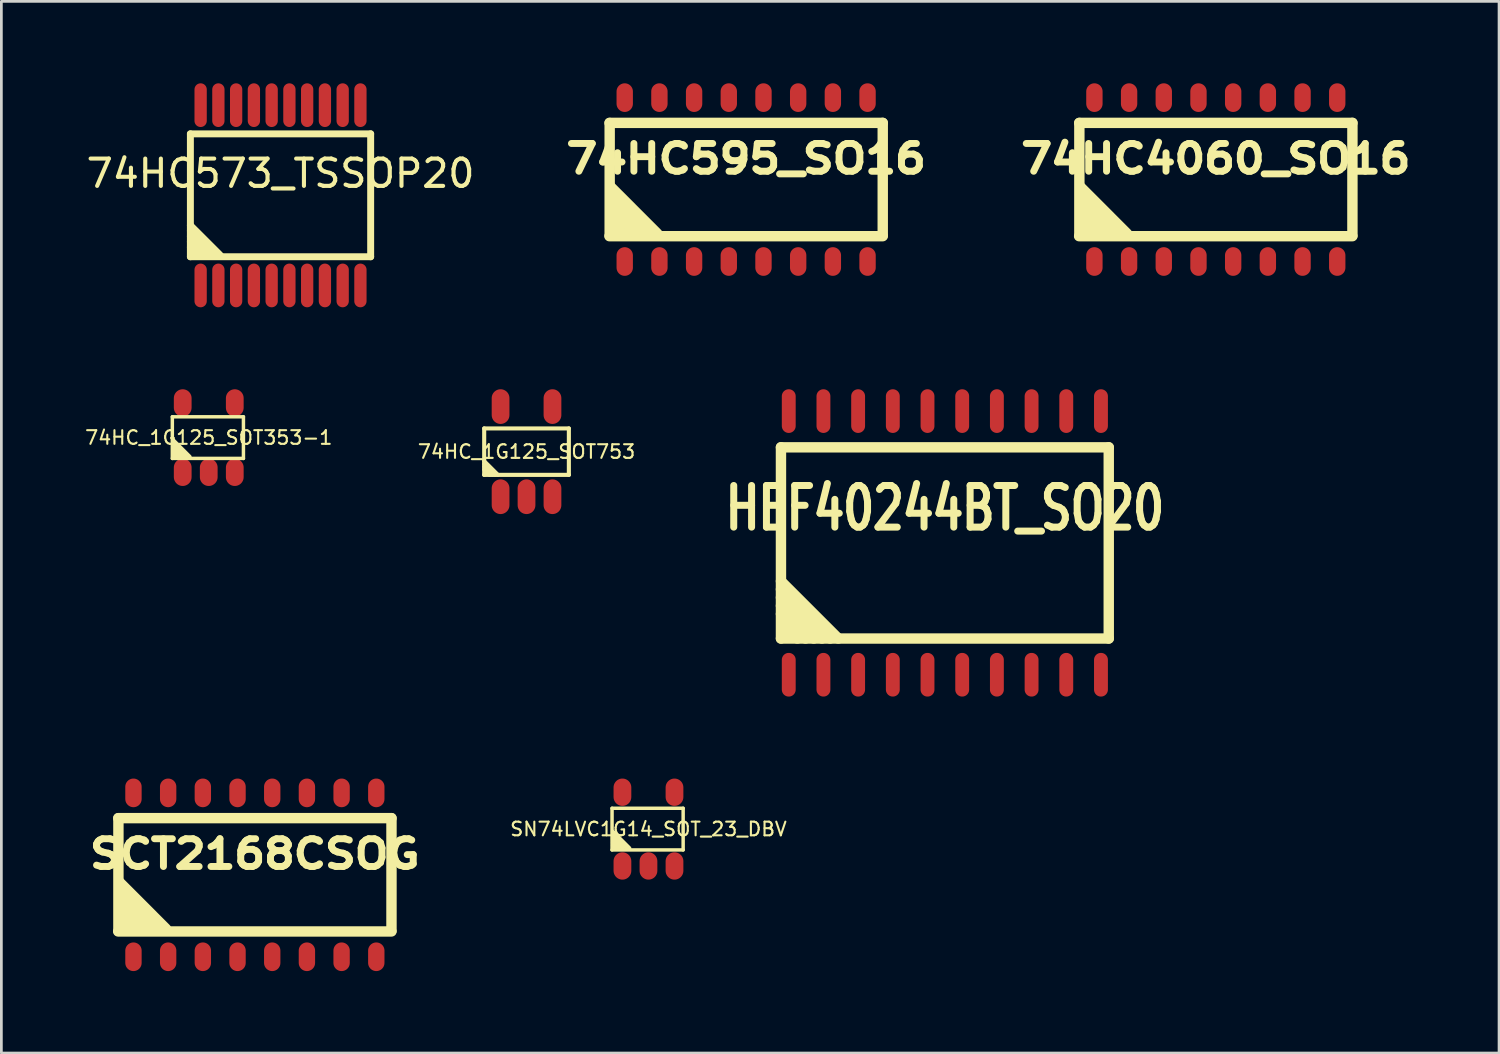
<source format=kicad_pcb>
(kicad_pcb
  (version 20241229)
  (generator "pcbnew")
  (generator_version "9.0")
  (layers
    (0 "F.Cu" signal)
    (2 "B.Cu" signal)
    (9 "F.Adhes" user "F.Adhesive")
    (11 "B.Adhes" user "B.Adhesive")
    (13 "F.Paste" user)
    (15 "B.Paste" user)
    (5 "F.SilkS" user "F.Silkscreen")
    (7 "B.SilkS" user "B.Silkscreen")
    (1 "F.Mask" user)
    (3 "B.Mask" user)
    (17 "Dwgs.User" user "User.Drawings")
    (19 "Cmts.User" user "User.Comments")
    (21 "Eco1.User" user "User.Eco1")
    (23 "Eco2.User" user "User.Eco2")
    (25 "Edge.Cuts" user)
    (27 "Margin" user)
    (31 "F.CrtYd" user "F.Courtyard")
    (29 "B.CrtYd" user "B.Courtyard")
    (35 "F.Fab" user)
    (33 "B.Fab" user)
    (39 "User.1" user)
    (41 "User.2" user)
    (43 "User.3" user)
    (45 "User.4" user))
  (footprint "SN74LVC1G14_SOT_23_DBV"
    (layer "F.Cu")
    (at 20.69 27.303)
    (property "Reference" "SN74LVC1G14_SOT_23_DBV" (at 0 0 0) (layer "F.SilkS") (effects (font (size 0.5 0.5) (thickness 0.076))))
    (attr through_hole)
    (fp_line (start -1.333 -0.762) (end 1.27 -0.762) (stroke (width 0.127) (type solid)) (layer "F.SilkS"))
    (fp_line (start -1.333 0.762) (end -1.333 -0.762) (stroke (width 0.127) (type solid)) (layer "F.SilkS"))
    (fp_line (start -1.3 0.1) (end -0.7 0.7) (stroke (width 0.15) (type solid)) (layer "F.SilkS"))
    (fp_line (start -1.3 0.2) (end -0.8 0.7) (stroke (width 0.15) (type solid)) (layer "F.SilkS"))
    (fp_line (start -1.3 0.35) (end -0.95 0.7) (stroke (width 0.15) (type solid)) (layer "F.SilkS"))
    (fp_line (start -1.3 0.5) (end -1.1 0.7) (stroke (width 0.15) (type solid)) (layer "F.SilkS"))
    (fp_line (start -1.3 0.6) (end -1.2 0.7) (stroke (width 0.15) (type solid)) (layer "F.SilkS"))
    (fp_line (start 1.27 -0.762) (end 1.27 0.762) (stroke (width 0.127) (type solid)) (layer "F.SilkS"))
    (fp_line (start 1.27 0.762) (end -1.333 0.762) (stroke (width 0.127) (type solid)) (layer "F.SilkS"))
    (pad "1" smd oval (at -0.953 1.35) (size 0.65 1.001) (layers "F.Cu" "F.Mask" "F.Paste"))
    (pad "2" smd oval (at 0 1.35) (size 0.65 1.001) (layers "F.Cu" "F.Mask" "F.Paste"))
    (pad "3" smd oval (at 0.953 1.35) (size 0.65 1.001) (layers "F.Cu" "F.Mask" "F.Paste"))
    (pad "4" smd oval (at 0.953 -1.35) (size 0.65 1.001) (layers "F.Cu" "F.Mask" "F.Paste"))
    (pad "5" smd oval (at -0.953 -1.35) (size 0.65 1.001) (layers "F.Cu" "F.Mask" "F.Paste")))
  (footprint "HEF40244BT_SO20"
    (layer "F.Cu")
    (at 31.541 16.826)
    (property "Reference" "HEF40244BT_SO20" (at 0 -1.27 0) (layer "F.SilkS") (effects (font (size 1.524 1.143) (thickness 0.256))))
    (attr smd)
    (fp_line (start -6 -3.5) (end -6 3.5) (stroke (width 0.381) (type solid)) (layer "F.SilkS"))
    (fp_line (start -6 3.5) (end 6 3.5) (stroke (width 0.381) (type solid)) (layer "F.SilkS"))
    (fp_line (start -5.4 3.5) (end -5.9 3) (stroke (width 0.381) (type solid)) (layer "F.SilkS"))
    (fp_line (start -5.1 3.5) (end -6 2.6) (stroke (width 0.381) (type solid)) (layer "F.SilkS"))
    (fp_line (start -4.8 3.5) (end -6 2.3) (stroke (width 0.381) (type solid)) (layer "F.SilkS"))
    (fp_line (start -4.5 3.5) (end -6 2) (stroke (width 0.381) (type solid)) (layer "F.SilkS"))
    (fp_line (start -4.2 3.5) (end -6 1.7) (stroke (width 0.381) (type solid)) (layer "F.SilkS"))
    (fp_line (start -3.9 3.5) (end -6 1.4) (stroke (width 0.381) (type solid)) (layer "F.SilkS"))
    (fp_line (start 6 -3.5) (end -6 -3.5) (stroke (width 0.381) (type solid)) (layer "F.SilkS"))
    (fp_line (start 6 3.5) (end 6 -3.5) (stroke (width 0.381) (type solid)) (layer "F.SilkS"))
    (pad "1" smd oval (at -5.715 4.826) (size 0.508 1.6) (layers "F.Cu" "F.Mask" "F.Paste"))
    (pad "2" smd oval (at -4.445 4.826) (size 0.508 1.6) (layers "F.Cu" "F.Mask" "F.Paste"))
    (pad "3" smd oval (at -3.175 4.826) (size 0.508 1.6) (layers "F.Cu" "F.Mask" "F.Paste"))
    (pad "4" smd oval (at -1.905 4.826) (size 0.508 1.6) (layers "F.Cu" "F.Mask" "F.Paste"))
    (pad "5" smd oval (at -0.635 4.826) (size 0.508 1.6) (layers "*.Paste" "F.Cu" "F.Mask"))
    (pad "6" smd oval (at 0.635 4.826) (size 0.508 1.6) (layers "F.Cu" "F.Mask" "F.Paste"))
    (pad "7" smd oval (at 1.905 4.826) (size 0.508 1.6) (layers "F.Cu" "F.Mask" "F.Paste"))
    (pad "8" smd oval (at 3.175 4.826) (size 0.508 1.6) (layers "F.Cu" "F.Mask" "F.Paste"))
    (pad "9" smd oval (at 4.445 4.826) (size 0.508 1.6) (layers "F.Cu" "F.Mask" "F.Paste"))
    (pad "10" smd oval (at 5.715 4.826) (size 0.508 1.6) (layers "F.Cu" "F.Mask" "F.Paste"))
    (pad "11" smd oval (at 5.715 -4.826) (size 0.508 1.6) (layers "F.Cu" "F.Mask" "F.Paste"))
    (pad "12" smd oval (at 4.445 -4.826) (size 0.508 1.6) (layers "F.Cu" "F.Mask" "F.Paste"))
    (pad "13" smd oval (at 3.175 -4.826) (size 0.508 1.6) (layers "F.Cu" "F.Mask" "F.Paste"))
    (pad "14" smd oval (at 1.905 -4.826) (size 0.508 1.6) (layers "F.Cu" "F.Mask" "F.Paste"))
    (pad "15" smd oval (at 0.635 -4.826) (size 0.508 1.6) (layers "F.Cu" "F.Mask" "F.Paste"))
    (pad "16" smd oval (at -0.635 -4.826) (size 0.508 1.6) (layers "F.Cu" "F.Mask" "F.Paste"))
    (pad "17" smd oval (at -1.905 -4.826) (size 0.508 1.6) (layers "F.Cu" "F.Mask" "F.Paste"))
    (pad "18" smd oval (at -3.175 -4.826) (size 0.508 1.6) (layers "F.Cu" "F.Mask" "F.Paste"))
    (pad "19" smd oval (at -4.445 -4.826) (size 0.508 1.6) (layers "F.Cu" "F.Mask" "F.Paste"))
    (pad "20" smd oval (at -5.715 -4.826) (size 0.508 1.6) (layers "F.Cu" "F.Mask" "F.Paste")))
  (footprint "74HC4060_SO16"
    (layer "F.Cu")
    (at 41.461 3.524)
    (property "Reference" "74HC4060_SO16" (at 0 -0.762 0) (layer "F.SilkS") (effects (font (size 1.016 1.143) (thickness 0.254))))
    (attr smd)
    (fp_line (start -5.004 2.073) (end 4.999 2.073) (stroke (width 0.381) (type solid)) (layer "F.SilkS"))
    (fp_line (start -4.996 -2.073) (end -4.996 2.052) (stroke (width 0.381) (type solid)) (layer "F.SilkS"))
    (fp_line (start -4.95 0.274) (end -3.251 1.976) (stroke (width 0.381) (type solid)) (layer "F.SilkS"))
    (fp_line (start -4.902 0.95) (end -4 1.849) (stroke (width 0.381) (type solid)) (layer "F.SilkS"))
    (fp_line (start -4.877 0.625) (end -3.675 1.826) (stroke (width 0.381) (type solid)) (layer "F.SilkS"))
    (fp_line (start -4.877 1.3) (end -4.275 1.9) (stroke (width 0.381) (type solid)) (layer "F.SilkS"))
    (fp_line (start -4.851 1.651) (end -4.549 1.951) (stroke (width 0.381) (type solid)) (layer "F.SilkS"))
    (fp_line (start 5.001 -2.075) (end -5.001 -2.075) (stroke (width 0.381) (type solid)) (layer "F.SilkS"))
    (fp_line (start 5.001 -2.075) (end 5.001 2.05) (stroke (width 0.381) (type solid)) (layer "F.SilkS"))
    (pad "1" smd oval (at -4.445 3) (size 0.599 1.049) (layers "F.Cu" "F.Mask" "F.Paste"))
    (pad "2" smd oval (at -3.175 3) (size 0.599 1.049) (layers "F.Cu" "F.Mask" "F.Paste"))
    (pad "3" smd oval (at -1.905 3) (size 0.599 1.049) (layers "F.Cu" "F.Mask" "F.Paste"))
    (pad "4" smd oval (at -0.635 3) (size 0.599 1.049) (layers "F.Cu" "F.Mask" "F.Paste"))
    (pad "5" smd oval (at 0.635 3) (size 0.599 1.049) (layers "F.Cu" "F.Mask" "F.Paste"))
    (pad "6" smd oval (at 1.905 3) (size 0.599 1.049) (layers "F.Cu" "F.Mask" "F.Paste"))
    (pad "7" smd oval (at 3.175 3) (size 0.599 1.049) (layers "F.Cu" "F.Mask" "F.Paste"))
    (pad "8" smd oval (at 4.445 3) (size 0.599 1.049) (layers "F.Cu" "F.Mask" "F.Paste"))
    (pad "9" smd oval (at 4.445 -3) (size 0.599 1.049) (layers "F.Cu" "F.Mask" "F.Paste"))
    (pad "10" smd oval (at 3.175 -3) (size 0.599 1.049) (layers "F.Cu" "F.Mask" "F.Paste"))
    (pad "11" smd oval (at 1.905 -3) (size 0.599 1.049) (layers "F.Cu" "F.Mask" "F.Paste"))
    (pad "12" smd oval (at 0.635 -3) (size 0.599 1.049) (layers "F.Cu" "F.Mask" "F.Paste"))
    (pad "13" smd oval (at -0.635 -3) (size 0.599 1.049) (layers "F.Cu" "F.Mask" "F.Paste"))
    (pad "14" smd oval (at -1.905 -3) (size 0.599 1.049) (layers "F.Cu" "F.Mask" "F.Paste"))
    (pad "15" smd oval (at -3.175 -3) (size 0.599 1.049) (layers "F.Cu" "F.Mask" "F.Paste"))
    (pad "16" smd oval (at -4.445 -3) (size 0.599 1.049) (layers "F.Cu" "F.Mask" "F.Paste")))
  (footprint "SCT2168CSOG"
    (layer "F.Cu")
    (at 6.281 28.977)
    (property "Reference" "SCT2168CSOG" (at 0 -0.762 0) (layer "F.SilkS") (effects (font (size 1.016 1.143) (thickness 0.254))))
    (attr smd)
    (fp_line (start -5.004 2.073) (end 4.999 2.073) (stroke (width 0.381) (type solid)) (layer "F.SilkS"))
    (fp_line (start -4.996 -2.073) (end -4.996 2.052) (stroke (width 0.381) (type solid)) (layer "F.SilkS"))
    (fp_line (start -4.95 0.274) (end -3.251 1.976) (stroke (width 0.381) (type solid)) (layer "F.SilkS"))
    (fp_line (start -4.902 0.95) (end -4 1.849) (stroke (width 0.381) (type solid)) (layer "F.SilkS"))
    (fp_line (start -4.877 0.625) (end -3.675 1.826) (stroke (width 0.381) (type solid)) (layer "F.SilkS"))
    (fp_line (start -4.877 1.3) (end -4.275 1.9) (stroke (width 0.381) (type solid)) (layer "F.SilkS"))
    (fp_line (start -4.851 1.651) (end -4.549 1.951) (stroke (width 0.381) (type solid)) (layer "F.SilkS"))
    (fp_line (start 5.001 -2.075) (end -5.001 -2.075) (stroke (width 0.381) (type solid)) (layer "F.SilkS"))
    (fp_line (start 5.001 -2.075) (end 5.001 2.05) (stroke (width 0.381) (type solid)) (layer "F.SilkS"))
    (pad "1" smd oval (at -4.445 3) (size 0.599 1.049) (layers "F.Cu" "F.Mask" "F.Paste"))
    (pad "2" smd oval (at -3.175 3) (size 0.599 1.049) (layers "F.Cu" "F.Mask" "F.Paste"))
    (pad "3" smd oval (at -1.905 3) (size 0.599 1.049) (layers "F.Cu" "F.Mask" "F.Paste"))
    (pad "4" smd oval (at -0.635 3) (size 0.599 1.049) (layers "F.Cu" "F.Mask" "F.Paste"))
    (pad "5" smd oval (at 0.635 3) (size 0.599 1.049) (layers "F.Cu" "F.Mask" "F.Paste"))
    (pad "6" smd oval (at 1.905 3) (size 0.599 1.049) (layers "F.Cu" "F.Mask" "F.Paste"))
    (pad "7" smd oval (at 3.175 3) (size 0.599 1.049) (layers "F.Cu" "F.Mask" "F.Paste"))
    (pad "8" smd oval (at 4.445 3) (size 0.599 1.049) (layers "F.Cu" "F.Mask" "F.Paste"))
    (pad "9" smd oval (at 4.445 -3) (size 0.599 1.049) (layers "F.Cu" "F.Mask" "F.Paste"))
    (pad "10" smd oval (at 3.175 -3) (size 0.599 1.049) (layers "F.Cu" "F.Mask" "F.Paste"))
    (pad "11" smd oval (at 1.905 -3) (size 0.599 1.049) (layers "F.Cu" "F.Mask" "F.Paste"))
    (pad "12" smd oval (at 0.635 -3) (size 0.599 1.049) (layers "F.Cu" "F.Mask" "F.Paste"))
    (pad "13" smd oval (at -0.635 -3) (size 0.599 1.049) (layers "F.Cu" "F.Mask" "F.Paste"))
    (pad "14" smd oval (at -1.905 -3) (size 0.599 1.049) (layers "F.Cu" "F.Mask" "F.Paste"))
    (pad "15" smd oval (at -3.175 -3) (size 0.599 1.049) (layers "F.Cu" "F.Mask" "F.Paste"))
    (pad "16" smd oval (at -4.445 -3) (size 0.599 1.049) (layers "F.Cu" "F.Mask" "F.Paste")))
  (footprint "74HC_1G125_SOT353-1"
    (layer "F.Cu")
    (at 4.592 12.971)
    (property "Reference" "74HC_1G125_SOT353-1" (at 0 0 0) (layer "F.SilkS") (effects (font (size 0.5 0.5) (thickness 0.076))))
    (attr through_hole)
    (fp_line (start -1.333 -0.762) (end 1.27 -0.762) (stroke (width 0.127) (type solid)) (layer "F.SilkS"))
    (fp_line (start -1.333 0.762) (end -1.333 -0.762) (stroke (width 0.127) (type solid)) (layer "F.SilkS"))
    (fp_line (start -1.3 0.1) (end -0.7 0.7) (stroke (width 0.15) (type solid)) (layer "F.SilkS"))
    (fp_line (start -1.3 0.2) (end -0.8 0.7) (stroke (width 0.15) (type solid)) (layer "F.SilkS"))
    (fp_line (start -1.3 0.35) (end -0.95 0.7) (stroke (width 0.15) (type solid)) (layer "F.SilkS"))
    (fp_line (start -1.3 0.5) (end -1.1 0.7) (stroke (width 0.15) (type solid)) (layer "F.SilkS"))
    (fp_line (start -1.3 0.6) (end -1.2 0.7) (stroke (width 0.15) (type solid)) (layer "F.SilkS"))
    (fp_line (start 1.27 -0.762) (end 1.27 0.762) (stroke (width 0.127) (type solid)) (layer "F.SilkS"))
    (fp_line (start 1.27 0.762) (end -1.333 0.762) (stroke (width 0.127) (type solid)) (layer "F.SilkS"))
    (pad "1" smd oval (at -0.953 1.27) (size 0.65 1.001) (layers "F.Cu" "F.Mask" "F.Paste"))
    (pad "2" smd oval (at 0 1.27) (size 0.65 1.001) (layers "F.Cu" "F.Mask" "F.Paste"))
    (pad "3" smd oval (at 0.953 1.27) (size 0.65 1.001) (layers "F.Cu" "F.Mask" "F.Paste"))
    (pad "4" smd oval (at 0.953 -1.27) (size 0.65 1.001) (layers "F.Cu" "F.Mask" "F.Paste"))
    (pad "5" smd oval (at -0.953 -1.27) (size 0.65 1.001) (layers "F.Cu" "F.Mask" "F.Paste")))
  (footprint "74HC595_SO16"
    (layer "F.Cu")
    (at 24.266 3.524)
    (property "Reference" "74HC595_SO16" (at 0 -0.762 0) (layer "F.SilkS") (effects (font (size 1.016 1.143) (thickness 0.254))))
    (attr smd)
    (fp_line (start -5.004 2.073) (end 4.999 2.073) (stroke (width 0.381) (type solid)) (layer "F.SilkS"))
    (fp_line (start -4.996 -2.073) (end -4.996 2.052) (stroke (width 0.381) (type solid)) (layer "F.SilkS"))
    (fp_line (start -4.95 0.274) (end -3.251 1.976) (stroke (width 0.381) (type solid)) (layer "F.SilkS"))
    (fp_line (start -4.902 0.95) (end -4 1.849) (stroke (width 0.381) (type solid)) (layer "F.SilkS"))
    (fp_line (start -4.877 0.625) (end -3.675 1.826) (stroke (width 0.381) (type solid)) (layer "F.SilkS"))
    (fp_line (start -4.877 1.3) (end -4.275 1.9) (stroke (width 0.381) (type solid)) (layer "F.SilkS"))
    (fp_line (start -4.851 1.651) (end -4.549 1.951) (stroke (width 0.381) (type solid)) (layer "F.SilkS"))
    (fp_line (start 5.001 -2.075) (end -5.001 -2.075) (stroke (width 0.381) (type solid)) (layer "F.SilkS"))
    (fp_line (start 5.001 -2.075) (end 5.001 2.05) (stroke (width 0.381) (type solid)) (layer "F.SilkS"))
    (pad "1" smd oval (at -4.445 3) (size 0.599 1.049) (layers "F.Cu" "F.Mask" "F.Paste"))
    (pad "2" smd oval (at -3.175 3) (size 0.599 1.049) (layers "F.Cu" "F.Mask" "F.Paste"))
    (pad "3" smd oval (at -1.905 3) (size 0.599 1.049) (layers "F.Cu" "F.Mask" "F.Paste"))
    (pad "4" smd oval (at -0.635 3) (size 0.599 1.049) (layers "F.Cu" "F.Mask" "F.Paste"))
    (pad "5" smd oval (at 0.635 3) (size 0.599 1.049) (layers "F.Cu" "F.Mask" "F.Paste"))
    (pad "6" smd oval (at 1.905 3) (size 0.599 1.049) (layers "F.Cu" "F.Mask" "F.Paste"))
    (pad "7" smd oval (at 3.175 3) (size 0.599 1.049) (layers "F.Cu" "F.Mask" "F.Paste"))
    (pad "8" smd oval (at 4.445 3) (size 0.599 1.049) (layers "F.Cu" "F.Mask" "F.Paste"))
    (pad "9" smd oval (at 4.445 -3) (size 0.599 1.049) (layers "F.Cu" "F.Mask" "F.Paste"))
    (pad "10" smd oval (at 3.175 -3) (size 0.599 1.049) (layers "F.Cu" "F.Mask" "F.Paste"))
    (pad "11" smd oval (at 1.905 -3) (size 0.599 1.049) (layers "F.Cu" "F.Mask" "F.Paste"))
    (pad "12" smd oval (at 0.635 -3) (size 0.599 1.049) (layers "F.Cu" "F.Mask" "F.Paste"))
    (pad "13" smd oval (at -0.635 -3) (size 0.599 1.049) (layers "F.Cu" "F.Mask" "F.Paste"))
    (pad "14" smd oval (at -1.905 -3) (size 0.599 1.049) (layers "F.Cu" "F.Mask" "F.Paste"))
    (pad "15" smd oval (at -3.175 -3) (size 0.599 1.049) (layers "F.Cu" "F.Mask" "F.Paste"))
    (pad "16" smd oval (at -4.445 -3) (size 0.599 1.049) (layers "F.Cu" "F.Mask" "F.Paste")))
  (footprint "74HC573_TSSOP20"
    (layer "F.Cu")
    (at 7.22 4.1)
    (property "Reference" "74HC573_TSSOP20" (at 0 -0.8 0) (layer "F.SilkS") (effects (font (size 1 1) (thickness 0.15))))
    (attr smd)
    (fp_line (start -3.3 -2.25) (end -3.3 2.25) (stroke (width 0.254) (type solid)) (layer "F.SilkS"))
    (fp_line (start -3.3 1.1) (end -2.2 2.2) (stroke (width 0.254) (type solid)) (layer "F.SilkS"))
    (fp_line (start -3.3 1.3) (end -2.4 2.2) (stroke (width 0.254) (type solid)) (layer "F.SilkS"))
    (fp_line (start -3.3 1.5) (end -2.6 2.2) (stroke (width 0.254) (type solid)) (layer "F.SilkS"))
    (fp_line (start -3.3 1.7) (end -2.8 2.2) (stroke (width 0.254) (type solid)) (layer "F.SilkS"))
    (fp_line (start -3.3 1.9) (end -3 2.2) (stroke (width 0.254) (type solid)) (layer "F.SilkS"))
    (fp_line (start -3.3 2.25) (end 3.3 2.25) (stroke (width 0.254) (type solid)) (layer "F.SilkS"))
    (fp_line (start 3.3 -2.25) (end -3.3 -2.25) (stroke (width 0.254) (type solid)) (layer "F.SilkS"))
    (fp_line (start 3.3 2.25) (end 3.3 -2.25) (stroke (width 0.254) (type solid)) (layer "F.SilkS"))
    (pad "1" smd oval (at -2.925 3.3) (size 0.45 1.6) (layers "F.Cu" "F.Mask" "F.Paste"))
    (pad "2" smd oval (at -2.275 3.3) (size 0.45 1.6) (layers "F.Cu" "F.Mask" "F.Paste"))
    (pad "3" smd oval (at -1.625 3.3) (size 0.45 1.6) (layers "F.Cu" "F.Mask" "F.Paste"))
    (pad "4" smd oval (at -0.975 3.3) (size 0.45 1.6) (layers "F.Cu" "F.Mask" "F.Paste"))
    (pad "5" smd oval (at -0.325 3.3) (size 0.45 1.6) (layers "*.Paste" "F.Cu" "F.Mask"))
    (pad "6" smd oval (at 0.325 3.3) (size 0.45 1.6) (layers "F.Cu" "F.Mask" "F.Paste"))
    (pad "7" smd oval (at 0.975 3.3) (size 0.45 1.6) (layers "F.Cu" "F.Mask" "F.Paste"))
    (pad "8" smd oval (at 1.625 3.3) (size 0.45 1.6) (layers "F.Cu" "F.Mask" "F.Paste"))
    (pad "9" smd oval (at 2.275 3.3) (size 0.45 1.6) (layers "F.Cu" "F.Mask" "F.Paste"))
    (pad "10" smd oval (at 2.925 3.3) (size 0.45 1.6) (layers "F.Cu" "F.Mask" "F.Paste"))
    (pad "11" smd oval (at 2.925 -3.3) (size 0.45 1.6) (layers "F.Cu" "F.Mask" "F.Paste"))
    (pad "12" smd oval (at 2.275 -3.3) (size 0.45 1.6) (layers "F.Cu" "F.Mask" "F.Paste"))
    (pad "13" smd oval (at 1.625 -3.3) (size 0.45 1.6) (layers "F.Cu" "F.Mask" "F.Paste"))
    (pad "14" smd oval (at 0.975 -3.3) (size 0.45 1.6) (layers "F.Cu" "F.Mask" "F.Paste"))
    (pad "15" smd oval (at 0.325 -3.3) (size 0.45 1.6) (layers "F.Cu" "F.Mask" "F.Paste"))
    (pad "16" smd oval (at -0.325 -3.3) (size 0.45 1.6) (layers "F.Cu" "F.Mask" "F.Paste"))
    (pad "17" smd oval (at -0.975 -3.3) (size 0.45 1.6) (layers "F.Cu" "F.Mask" "F.Paste"))
    (pad "18" smd oval (at -1.625 -3.3) (size 0.45 1.6) (layers "F.Cu" "F.Mask" "F.Paste"))
    (pad "19" smd oval (at -2.275 -3.3) (size 0.45 1.6) (layers "F.Cu" "F.Mask" "F.Paste"))
    (pad "20" smd oval (at -2.925 -3.3) (size 0.45 1.6) (layers "F.Cu" "F.Mask" "F.Paste")))
  (footprint "74HC_1G125_SOT753"
    (layer "F.Cu")
    (at 16.226 13.485)
    (property "Reference" "74HC_1G125_SOT753" (at 0 0 0) (layer "F.SilkS") (effects (font (size 0.5 0.5) (thickness 0.076))))
    (attr through_hole)
    (fp_line (start -1.55 -0.85) (end -1.55 0.85) (stroke (width 0.15) (type solid)) (layer "F.SilkS"))
    (fp_line (start -1.55 0.35) (end -1.05 0.85) (stroke (width 0.15) (type solid)) (layer "F.SilkS"))
    (fp_line (start -1.55 0.45) (end -1.15 0.85) (stroke (width 0.15) (type solid)) (layer "F.SilkS"))
    (fp_line (start -1.55 0.55) (end -1.25 0.85) (stroke (width 0.15) (type solid)) (layer "F.SilkS"))
    (fp_line (start -1.55 0.65) (end -1.35 0.85) (stroke (width 0.15) (type solid)) (layer "F.SilkS"))
    (fp_line (start -1.55 0.85) (end 1.55 0.85) (stroke (width 0.15) (type solid)) (layer "F.SilkS"))
    (fp_line (start 1.55 -0.85) (end -1.55 -0.85) (stroke (width 0.15) (type solid)) (layer "F.SilkS"))
    (fp_line (start 1.55 0.85) (end 1.55 -0.85) (stroke (width 0.15) (type solid)) (layer "F.SilkS"))
    (pad "1" smd oval (at -0.95 1.65) (size 0.65 1.27) (layers "F.Cu" "F.Mask" "F.Paste"))
    (pad "2" smd oval (at 0 1.65) (size 0.65 1.27) (layers "F.Cu" "F.Mask" "F.Paste"))
    (pad "3" smd oval (at 0.95 1.65) (size 0.65 1.27) (layers "F.Cu" "F.Mask" "F.Paste"))
    (pad "4" smd oval (at 0.95 -1.65) (size 0.65 1.27) (layers "F.Cu" "F.Mask" "F.Paste"))
    (pad "5" smd oval (at -0.95 -1.65) (size 0.65 1.27) (layers "F.Cu" "F.Mask" "F.Paste")))
  (gr_rect
    (start -3 -3)
    (end 51.83 35.501)
    (stroke (width 0.1) (type default))
    (fill no)
    (layer "Edge.Cuts")))
</source>
